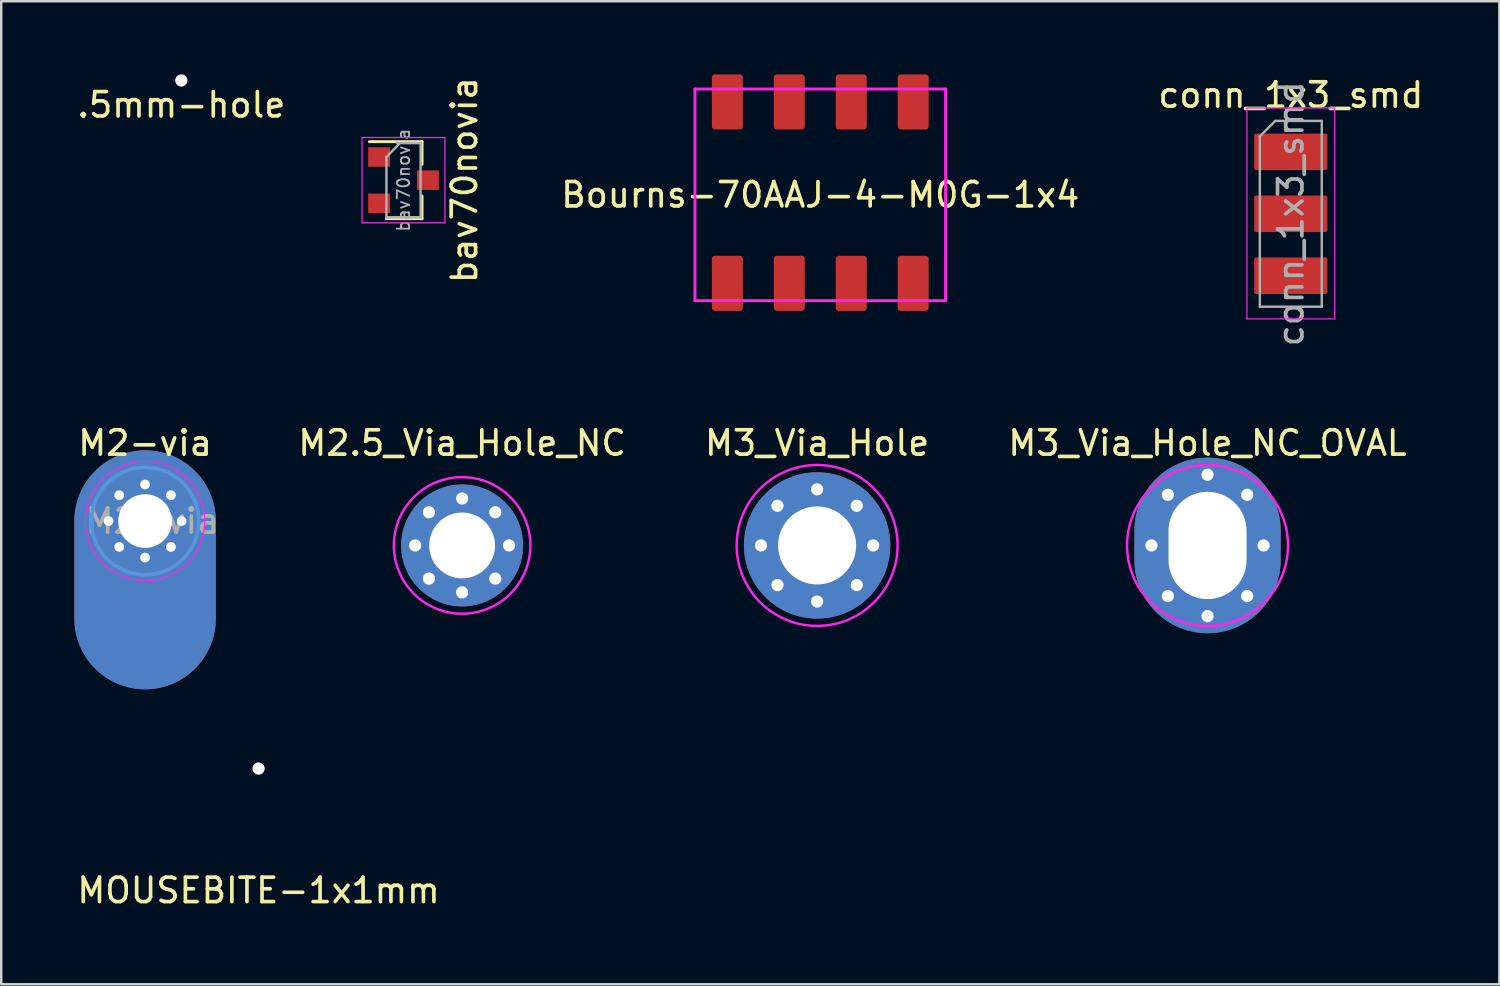
<source format=kicad_pcb>
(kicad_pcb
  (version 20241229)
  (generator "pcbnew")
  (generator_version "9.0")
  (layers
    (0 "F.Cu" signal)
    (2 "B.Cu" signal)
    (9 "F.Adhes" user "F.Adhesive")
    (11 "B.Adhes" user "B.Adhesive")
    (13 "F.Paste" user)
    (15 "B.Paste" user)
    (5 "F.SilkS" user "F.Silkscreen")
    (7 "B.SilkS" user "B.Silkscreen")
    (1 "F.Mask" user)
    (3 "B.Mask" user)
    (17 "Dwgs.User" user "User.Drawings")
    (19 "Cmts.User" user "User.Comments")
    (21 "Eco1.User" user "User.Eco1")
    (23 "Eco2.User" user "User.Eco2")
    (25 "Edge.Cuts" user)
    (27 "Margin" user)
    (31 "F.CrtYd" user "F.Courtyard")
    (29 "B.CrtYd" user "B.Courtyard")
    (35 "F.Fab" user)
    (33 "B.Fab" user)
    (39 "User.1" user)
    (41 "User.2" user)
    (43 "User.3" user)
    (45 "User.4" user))
  (footprint "MOUSEBITE-1x1mm"
    (layer "F.Cu")
    (at 7.554 28.47)
    (property "Reference" "MOUSEBITE-1x1mm" (at 0 5 0) (layer "F.SilkS") (effects (font (size 1 1) (thickness 0.15))))
    (attr through_hole)
    (pad "" np_thru_hole circle (at 0 0) (size 0.5 0.5) (drill 0.5) (layers "*.Cu" "*.Mask")))
  (footprint "M2-via"
    (layer "F.Cu")
    (at 2.9 18.32)
    (property "Reference" "M2-via" (at 0 -3.2 0) (layer "F.SilkS") (effects (font (size 1 1) (thickness 0.15))))
    (attr exclude_from_pos_files exclude_from_bom)
    (fp_circle (center 0 0) (end 2.2 0) (stroke (width 0.15) (type solid)) (fill no) (layer "Cmts.User"))
    (fp_circle (center 0 0) (end 2.45 0) (stroke (width 0.05) (type solid)) (fill no) (layer "F.CrtYd"))
    (fp_text user "${REFERENCE}" (at 0.3 0 0) (layer "F.Fab") (effects (font (size 1 1) (thickness 0.15))))
    (pad "1" thru_hole circle (at -1.5 0) (size 0.8 0.8) (drill 0.4) (layers "*.Cu" "*.Mask"))
    (pad "1" thru_hole circle (at -1.061 -1.061) (size 0.8 0.8) (drill 0.4) (layers "*.Cu" "*.Mask"))
    (pad "1" thru_hole circle (at -1.061 1.061) (size 0.8 0.8) (drill 0.4) (layers "*.Cu" "*.Mask"))
    (pad "1" thru_hole circle (at 0 -1.5) (size 0.8 0.8) (drill 0.4) (layers "*.Cu" "*.Mask"))
    (pad "1" thru_hole oval (at 0 0) (size 5.8 9.8) (drill 2.2 (offset 0 2)) (layers "*.Cu" "*.Mask"))
    (pad "1" thru_hole circle (at 0 1.5) (size 0.8 0.8) (drill 0.4) (layers "*.Cu" "*.Mask"))
    (pad "1" thru_hole circle (at 1.061 -1.061) (size 0.8 0.8) (drill 0.4) (layers "*.Cu" "*.Mask"))
    (pad "1" thru_hole circle (at 1.061 1.061) (size 0.8 0.8) (drill 0.4) (layers "*.Cu" "*.Mask"))
    (pad "1" thru_hole circle (at 1.5 0) (size 0.8 0.8) (drill 0.4) (layers "*.Cu" "*.Mask")))
  (footprint "Bourns-70AAJ-4-M0G-1x4"
    (layer "F.Cu")
    (at 30.591 1.13)
    (property "Reference" "Bourns-70AAJ-4-M0G-1x4" (at 0 3.81 0) (layer "F.SilkS") (effects (font (size 1 1) (thickness 0.15))))
    (attr through_hole)
    (fp_line (start -5.14 -0.53) (end 5.14 -0.53) (stroke (width 0.12) (type solid)) (layer "F.CrtYd"))
    (fp_line (start -5.14 8.15) (end -5.14 -0.53) (stroke (width 0.12) (type solid)) (layer "F.CrtYd"))
    (fp_line (start 5.14 -0.53) (end 5.14 8.15) (stroke (width 0.12) (type solid)) (layer "F.CrtYd"))
    (fp_line (start 5.14 8.15) (end -5.14 8.15) (stroke (width 0.12) (type solid)) (layer "F.CrtYd"))
    (pad "1" smd roundrect (at -3.81 0) (size 1.27 2.26) (layers "F.Cu" "F.Mask" "F.Paste") (roundrect_rratio 0.1))
    (pad "1" smd roundrect (at -3.81 7.44) (size 1.27 2.26) (layers "F.Cu" "F.Mask" "F.Paste") (roundrect_rratio 0.1))
    (pad "2" smd roundrect (at -1.27 0) (size 1.27 2.26) (layers "F.Cu" "F.Mask" "F.Paste") (roundrect_rratio 0.1))
    (pad "2" smd roundrect (at -1.27 7.44) (size 1.27 2.26) (layers "F.Cu" "F.Mask" "F.Paste") (roundrect_rratio 0.1))
    (pad "3" smd roundrect (at 1.27 0) (size 1.27 2.26) (layers "F.Cu" "F.Mask" "F.Paste") (roundrect_rratio 0.1))
    (pad "3" smd roundrect (at 1.27 7.44) (size 1.27 2.26) (layers "F.Cu" "F.Mask" "F.Paste") (roundrect_rratio 0.1))
    (pad "4" smd roundrect (at 3.81 0) (size 1.27 2.26) (layers "F.Cu" "F.Mask" "F.Paste") (roundrect_rratio 0.1))
    (pad "4" smd roundrect (at 3.81 7.44) (size 1.27 2.26) (layers "F.Cu" "F.Mask" "F.Paste") (roundrect_rratio 0.1)))
  (footprint ".5mm-hole"
    (layer "F.Cu")
    (at 4.387 0.25)
    (property "Reference" ".5mm-hole" (at 0 1 0) (layer "F.SilkS") (effects (font (size 1 1) (thickness 0.15))))
    (attr through_hole)
    (pad "" np_thru_hole circle (at 0 0) (size 0.5 0.5) (drill 0.5) (layers "*.Cu" "*.Mask")))
  (footprint "M2.5_Via_Hole_NC"
    (layer "F.Cu")
    (at 15.902 19.32)
    (property "Reference" "M2.5_Via_Hole_NC" (at 0 -4.2 0) (layer "F.SilkS") (effects (font (size 1 1) (thickness 0.15))))
    (attr exclude_from_pos_files exclude_from_bom)
    (fp_circle (center 0 0) (end 2.8 0) (stroke (width 0.1) (type solid)) (fill no) (layer "F.CrtYd"))
    (pad "1" thru_hole circle (at -1.925 0) (size 0.8 0.8) (drill 0.5) (layers "*.Cu" "F.Mask"))
    (pad "1" thru_hole circle (at -1.361 -1.361) (size 0.8 0.8) (drill 0.5) (layers "*.Cu" "F.Mask"))
    (pad "1" thru_hole circle (at -1.361 1.361) (size 0.8 0.8) (drill 0.5) (layers "*.Cu" "F.Mask"))
    (pad "1" thru_hole circle (at 0 -1.925) (size 0.8 0.8) (drill 0.5) (layers "*.Cu" "F.Mask"))
    (pad "1" thru_hole circle (at 0 0) (size 5 5) (drill 2.7) (layers "*.Cu" "F.Mask"))
    (pad "1" thru_hole circle (at 0 1.925) (size 0.8 0.8) (drill 0.5) (layers "*.Cu" "F.Mask"))
    (pad "1" thru_hole circle (at 1.361 -1.361) (size 0.8 0.8) (drill 0.5) (layers "*.Cu" "F.Mask"))
    (pad "1" thru_hole circle (at 1.361 1.361) (size 0.8 0.8) (drill 0.5) (layers "*.Cu" "F.Mask"))
    (pad "1" thru_hole circle (at 1.925 0) (size 0.8 0.8) (drill 0.5) (layers "*.Cu" "F.Mask")))
  (footprint "bav70novia"
    (layer "F.Cu")
    (at 13.499 4.339)
    (property "Reference" "bav70novia" (at 2.5 0 90) (layer "F.SilkS") (effects (font (size 1 1) (thickness 0.15))))
    (attr smd)
    (fp_line (start 0.76 -1.58) (end -1.4 -1.58) (stroke (width 0.12) (type solid)) (layer "F.SilkS"))
    (fp_line (start 0.76 -1.58) (end 0.76 -0.65) (stroke (width 0.12) (type solid)) (layer "F.SilkS"))
    (fp_line (start 0.76 1.58) (end -0.7 1.58) (stroke (width 0.12) (type solid)) (layer "F.SilkS"))
    (fp_line (start 0.76 1.58) (end 0.76 0.65) (stroke (width 0.12) (type solid)) (layer "F.SilkS"))
    (fp_line (start -1.7 -1.75) (end 1.7 -1.75) (stroke (width 0.05) (type solid)) (layer "F.CrtYd"))
    (fp_line (start -1.7 1.75) (end -1.7 -1.75) (stroke (width 0.05) (type solid)) (layer "F.CrtYd"))
    (fp_line (start 1.7 -1.75) (end 1.7 1.75) (stroke (width 0.05) (type solid)) (layer "F.CrtYd"))
    (fp_line (start 1.7 1.75) (end -1.7 1.75) (stroke (width 0.05) (type solid)) (layer "F.CrtYd"))
    (fp_line (start -0.7 -0.95) (end -0.7 1.5) (stroke (width 0.1) (type solid)) (layer "F.Fab"))
    (fp_line (start -0.7 -0.95) (end -0.15 -1.52) (stroke (width 0.1) (type solid)) (layer "F.Fab"))
    (fp_line (start -0.7 1.52) (end 0.7 1.52) (stroke (width 0.1) (type solid)) (layer "F.Fab"))
    (fp_line (start -0.15 -1.52) (end 0.7 -1.52) (stroke (width 0.1) (type solid)) (layer "F.Fab"))
    (fp_line (start 0.7 -1.52) (end 0.7 1.52) (stroke (width 0.1) (type solid)) (layer "F.Fab"))
    (fp_text user "${REFERENCE}" (at 0 0 90) (layer "F.Fab") (effects (font (size 0.5 0.5) (thickness 0.075))))
    (pad "1" smd rect (at -1 -0.95) (size 0.9 0.8) (layers "F.Cu" "F.Mask" "F.Paste"))
    (pad "2" smd rect (at -1 0.95) (size 0.9 0.8) (layers "F.Cu" "F.Mask" "F.Paste"))
    (pad "3" smd rect (at 1 0) (size 0.9 0.8) (layers "F.Cu" "F.Mask" "F.Paste")))
  (footprint "M3_Via_Hole"
    (layer "F.Cu")
    (at 30.462 19.32)
    (property "Reference" "M3_Via_Hole" (at 0 -4.2 0) (layer "F.SilkS") (effects (font (size 1 1) (thickness 0.15))))
    (attr exclude_from_pos_files exclude_from_bom)
    (fp_circle (center 0 0) (end 3.3 0) (stroke (width 0.1) (type solid)) (fill no) (layer "F.CrtYd"))
    (pad "1" thru_hole circle (at -2.3 0) (size 0.8 0.8) (drill 0.5) (layers "*.Cu" "*.Mask"))
    (pad "1" thru_hole circle (at -1.626 -1.626) (size 0.8 0.8) (drill 0.5) (layers "*.Cu" "*.Mask"))
    (pad "1" thru_hole circle (at -1.626 1.626) (size 0.8 0.8) (drill 0.5) (layers "*.Cu" "*.Mask"))
    (pad "1" thru_hole circle (at 0 -2.3) (size 0.8 0.8) (drill 0.5) (layers "*.Cu" "*.Mask"))
    (pad "1" thru_hole circle (at 0 0) (size 6 6) (drill 3.2) (layers "*.Cu" "*.Mask"))
    (pad "1" thru_hole circle (at 0 2.3) (size 0.8 0.8) (drill 0.5) (layers "*.Cu" "*.Mask"))
    (pad "1" thru_hole circle (at 1.626 -1.626) (size 0.8 0.8) (drill 0.5) (layers "*.Cu" "*.Mask"))
    (pad "1" thru_hole circle (at 1.626 1.626) (size 0.8 0.8) (drill 0.5) (layers "*.Cu" "*.Mask"))
    (pad "1" thru_hole circle (at 2.3 0) (size 0.8 0.8) (drill 0.5) (layers "*.Cu" "*.Mask")))
  (footprint "M3_Via_Hole_NC_OVAL"
    (layer "F.Cu")
    (at 46.474 19.32)
    (property "Reference" "M3_Via_Hole_NC_OVAL" (at 0 -4.2 0) (layer "F.SilkS") (effects (font (size 1 1) (thickness 0.15))))
    (attr exclude_from_pos_files exclude_from_bom)
    (fp_circle (center 0 0) (end 3.3 0) (stroke (width 0.1) (type solid)) (fill no) (layer "F.CrtYd"))
    (pad "1" thru_hole circle (at -2.3 0) (size 0.8 0.8) (drill 0.5) (layers "*.Cu" "F.Mask"))
    (pad "1" thru_hole circle (at -1.626 -2.076) (size 0.8 0.8) (drill 0.5) (layers "*.Cu" "F.Mask"))
    (pad "1" thru_hole circle (at -1.626 2.076) (size 0.8 0.8) (drill 0.5) (layers "*.Cu" "F.Mask"))
    (pad "1" thru_hole circle (at 0 -2.9) (size 0.8 0.8) (drill 0.5) (layers "*.Cu" "F.Mask"))
    (pad "1" thru_hole oval (at 0 0) (size 6 7.2) (drill oval 3.2 4.4) (layers "*.Cu" "F.Mask"))
    (pad "1" thru_hole circle (at 0 2.9) (size 0.8 0.8) (drill 0.5) (layers "*.Cu" "F.Mask"))
    (pad "1" thru_hole circle (at 1.626 -2.076) (size 0.8 0.8) (drill 0.5) (layers "*.Cu" "F.Mask"))
    (pad "1" thru_hole circle (at 1.626 2.076) (size 0.8 0.8) (drill 0.5) (layers "*.Cu" "F.Mask"))
    (pad "1" thru_hole circle (at 2.3 0) (size 0.8 0.8) (drill 0.5) (layers "*.Cu" "F.Mask")))
  (footprint "conn_1x3_smd"
    (layer "F.Cu")
    (at 49.889 5.718)
    (property "Reference" "conn_1x3_smd" (at 0 -4.87 180) (layer "F.SilkS") (effects (font (size 1 1) (thickness 0.15))))
    (attr through_hole)
    (fp_line (start -1.8 -4.34) (end -1.8 4.31) (stroke (width 0.05) (type solid)) (layer "F.CrtYd"))
    (fp_line (start -1.8 4.31) (end 1.8 4.31) (stroke (width 0.05) (type solid)) (layer "F.CrtYd"))
    (fp_line (start 1.8 -4.34) (end -1.8 -4.34) (stroke (width 0.05) (type solid)) (layer "F.CrtYd"))
    (fp_line (start 1.8 4.31) (end 1.8 -4.34) (stroke (width 0.05) (type solid)) (layer "F.CrtYd"))
    (fp_line (start -1.27 -3.175) (end -0.635 -3.81) (stroke (width 0.1) (type solid)) (layer "F.Fab"))
    (fp_line (start -1.27 3.81) (end -1.27 -3.175) (stroke (width 0.1) (type solid)) (layer "F.Fab"))
    (fp_line (start -0.635 -3.81) (end 1.27 -3.81) (stroke (width 0.1) (type solid)) (layer "F.Fab"))
    (fp_line (start 1.27 -3.81) (end 1.27 3.81) (stroke (width 0.1) (type solid)) (layer "F.Fab"))
    (fp_line (start 1.27 3.81) (end -1.27 3.81) (stroke (width 0.1) (type solid)) (layer "F.Fab"))
    (fp_text user "${REFERENCE}" (at 0 0 270) (layer "F.Fab") (effects (font (size 1 1) (thickness 0.15))))
    (pad "1" smd roundrect (at 0 -2.54) (size 3 1.5) (layers "F.Cu" "F.Mask" "F.Paste") (roundrect_rratio 0.05))
    (pad "2" smd roundrect (at 0 0) (size 3 1.5) (layers "F.Cu" "F.Mask" "F.Paste") (roundrect_rratio 0.05))
    (pad "3" smd roundrect (at 0 2.54) (size 3 1.5) (layers "F.Cu" "F.Mask" "F.Paste") (roundrect_rratio 0.05)))
  (gr_rect
    (start -3 -3)
    (end 58.442 37.318)
    (stroke (width 0.1) (type default))
    (fill no)
    (layer "Edge.Cuts")))
</source>
